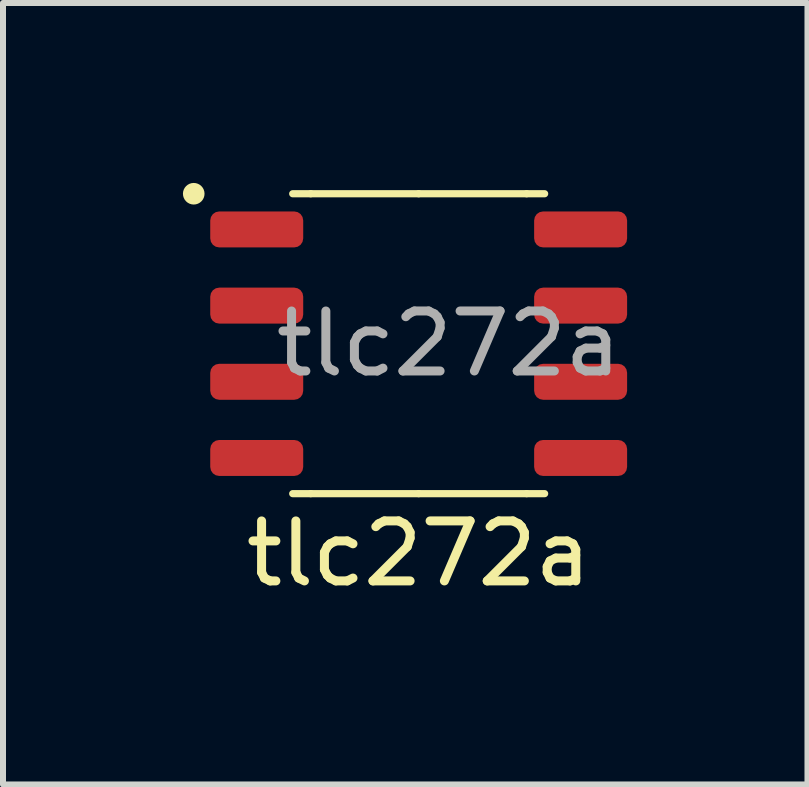
<source format=kicad_pcb>
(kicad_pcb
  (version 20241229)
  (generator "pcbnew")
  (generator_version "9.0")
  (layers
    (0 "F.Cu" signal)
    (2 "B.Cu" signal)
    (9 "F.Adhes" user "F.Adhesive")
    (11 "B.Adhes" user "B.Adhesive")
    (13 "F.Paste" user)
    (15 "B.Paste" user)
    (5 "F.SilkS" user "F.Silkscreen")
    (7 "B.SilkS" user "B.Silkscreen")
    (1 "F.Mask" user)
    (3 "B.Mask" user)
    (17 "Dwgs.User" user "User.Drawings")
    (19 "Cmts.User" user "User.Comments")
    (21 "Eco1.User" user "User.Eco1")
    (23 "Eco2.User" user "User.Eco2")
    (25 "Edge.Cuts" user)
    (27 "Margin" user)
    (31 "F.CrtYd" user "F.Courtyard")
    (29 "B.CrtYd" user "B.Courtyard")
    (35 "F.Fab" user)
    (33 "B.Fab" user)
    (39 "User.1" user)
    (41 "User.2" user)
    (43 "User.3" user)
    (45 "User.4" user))
  (footprint "tlc272a"
    (layer "F.Cu")
    (at 3.93 2.68)
    (property "Reference" "tlc272a" (at 0 3.5 0) (unlocked yes) (layer "F.SilkS") (effects (font (size 1 1) (thickness 0.15))))
    (attr smd)
    (fp_line (start -1.8 -2.5) (end -2.1 -2.5) (stroke (width 0.12) (type solid)) (layer "F.SilkS"))
    (fp_line (start -1.8 -2.5) (end 0 -2.5) (stroke (width 0.12) (type solid)) (layer "F.SilkS"))
    (fp_line (start -1.8 2.5) (end -2.1 2.5) (stroke (width 0.12) (type solid)) (layer "F.SilkS"))
    (fp_line (start -1.8 2.5) (end 0 2.5) (stroke (width 0.12) (type solid)) (layer "F.SilkS"))
    (fp_line (start 1.8 -2.5) (end 0 -2.5) (stroke (width 0.12) (type solid)) (layer "F.SilkS"))
    (fp_line (start 1.8 -2.5) (end 2.1 -2.5) (stroke (width 0.12) (type solid)) (layer "F.SilkS"))
    (fp_line (start 1.8 2.5) (end 0 2.5) (stroke (width 0.12) (type solid)) (layer "F.SilkS"))
    (fp_line (start 1.8 2.5) (end 2.1 2.5) (stroke (width 0.12) (type solid)) (layer "F.SilkS"))
    (fp_circle (center -3.75 -2.5) (end -3.63 -2.5) (stroke (width 0.12) (type solid)) (fill yes) (layer "F.SilkS"))
    (fp_text user "${REFERENCE}" (at 0.5 0 0) (unlocked yes) (layer "F.Fab") (effects (font (size 1 1) (thickness 0.15))))
    (pad "1" smd roundrect (at -2.7 -1.905) (size 1.55 0.6) (layers "F.Cu" "F.Mask" "F.Paste") (roundrect_rratio 0.25))
    (pad "2" smd roundrect (at -2.7 -0.635) (size 1.55 0.6) (layers "F.Cu" "F.Mask" "F.Paste") (roundrect_rratio 0.25))
    (pad "3" smd roundrect (at -2.7 0.635) (size 1.55 0.6) (layers "F.Cu" "F.Mask" "F.Paste") (roundrect_rratio 0.25))
    (pad "4" smd roundrect (at -2.7 1.905) (size 1.55 0.6) (layers "F.Cu" "F.Mask" "F.Paste") (roundrect_rratio 0.25))
    (pad "5" smd roundrect (at 2.7 1.905) (size 1.55 0.6) (layers "F.Cu" "F.Mask" "F.Paste") (roundrect_rratio 0.25))
    (pad "6" smd roundrect (at 2.7 0.635) (size 1.55 0.6) (layers "F.Cu" "F.Mask" "F.Paste") (roundrect_rratio 0.25))
    (pad "7" smd roundrect (at 2.7 -0.635) (size 1.55 0.6) (layers "F.Cu" "F.Mask" "F.Paste") (roundrect_rratio 0.25))
    (pad "8" smd roundrect (at 2.7 -1.905) (size 1.55 0.6) (layers "F.Cu" "F.Mask" "F.Paste") (roundrect_rratio 0.25)))
  (gr_rect
    (start -3 -3)
    (end 10.412 10.028)
    (stroke (width 0.1) (type default))
    (fill no)
    (layer "Edge.Cuts")))
</source>
